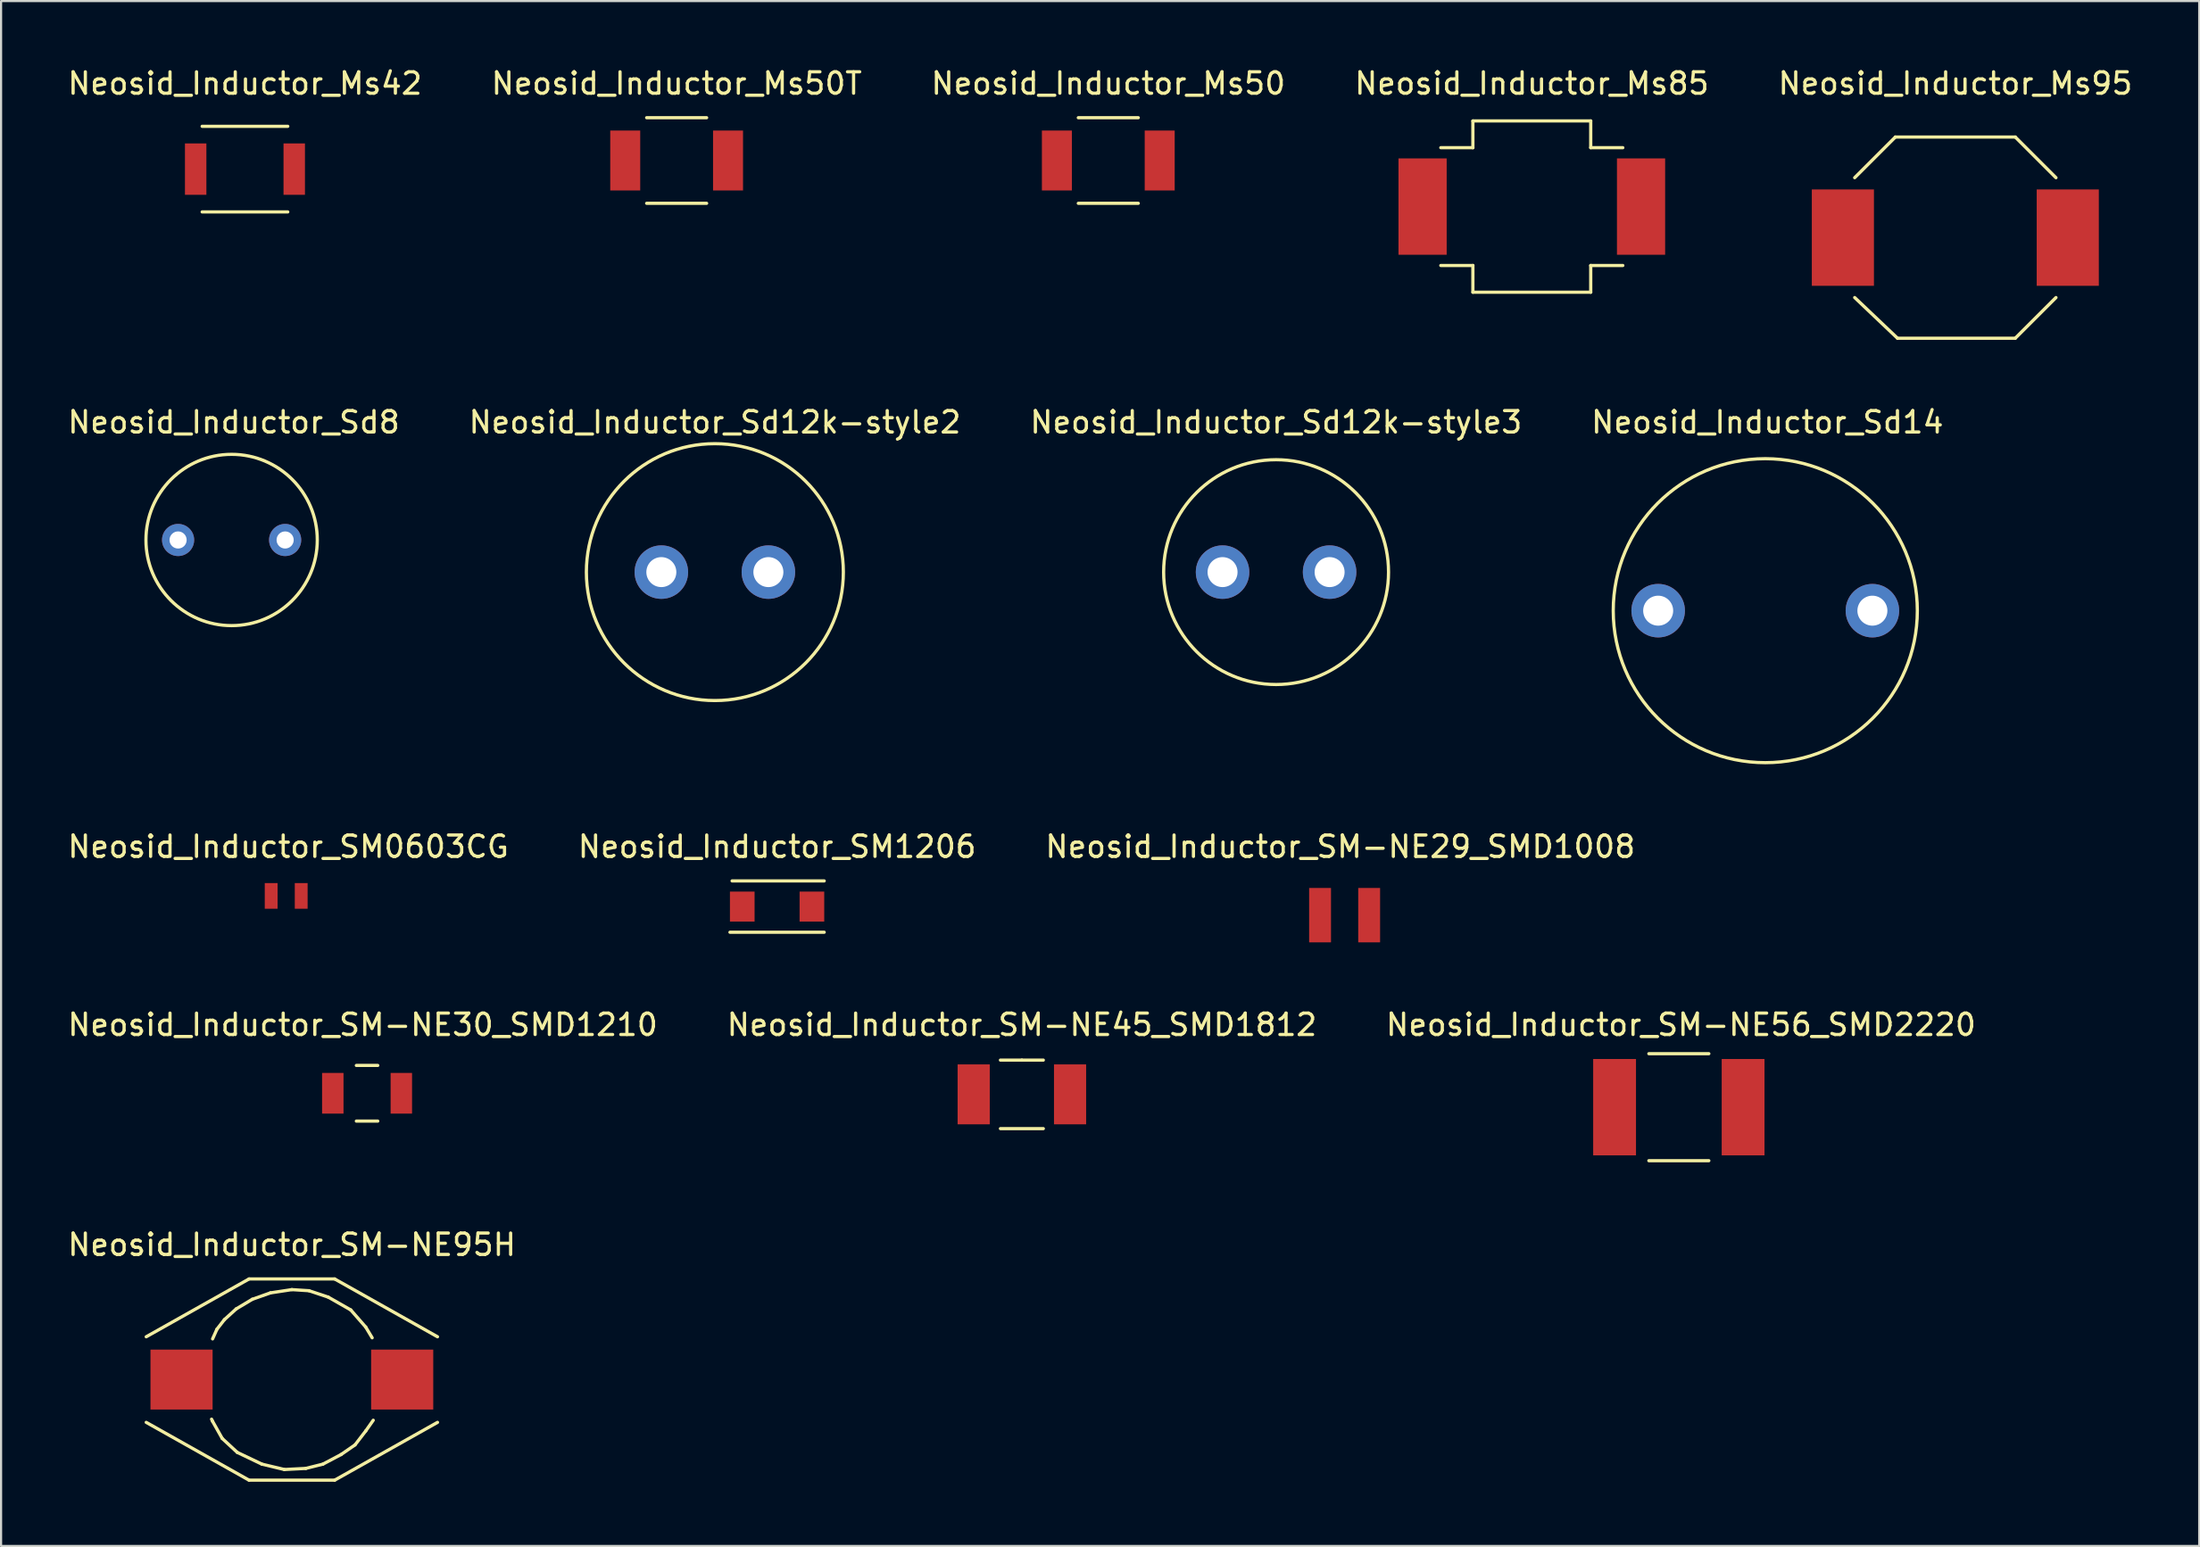
<source format=kicad_pcb>
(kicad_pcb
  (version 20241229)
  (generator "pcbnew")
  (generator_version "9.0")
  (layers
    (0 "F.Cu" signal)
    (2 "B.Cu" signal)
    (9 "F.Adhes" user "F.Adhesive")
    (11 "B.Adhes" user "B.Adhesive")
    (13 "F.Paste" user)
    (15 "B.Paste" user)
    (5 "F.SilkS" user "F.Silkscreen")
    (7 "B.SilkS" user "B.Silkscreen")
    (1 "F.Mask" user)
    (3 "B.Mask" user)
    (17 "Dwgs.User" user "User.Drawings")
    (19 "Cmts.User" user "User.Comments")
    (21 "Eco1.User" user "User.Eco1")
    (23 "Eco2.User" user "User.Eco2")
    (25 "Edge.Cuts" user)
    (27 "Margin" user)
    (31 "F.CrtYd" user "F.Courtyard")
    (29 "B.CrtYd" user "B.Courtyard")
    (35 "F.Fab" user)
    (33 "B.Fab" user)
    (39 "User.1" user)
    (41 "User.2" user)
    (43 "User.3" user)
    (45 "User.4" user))
  (footprint "Neosid_Inductor_SM1206"
    (layer "F.Cu")
    (at 33.232 39.294)
    (property "Reference" "Neosid_Inductor_SM1206" (at 0 -2.799 0) (layer "F.SilkS") (effects (font (size 1 1) (thickness 0.15))))
    (attr smd)
    (fp_line (start 2.2 -1.199) (end -2.101 -1.199) (stroke (width 0.15) (type solid)) (layer "F.SilkS"))
    (fp_line (start 2.2 1.199) (end -2.2 1.199) (stroke (width 0.15) (type solid)) (layer "F.SilkS"))
    (pad "1" smd rect (at -1.626 0) (size 1.151 1.4) (layers "F.Cu" "F.Mask" "F.Paste"))
    (pad "2" smd rect (at 1.626 0) (size 1.151 1.4) (layers "F.Cu" "F.Mask" "F.Paste")))
  (footprint "Neosid_Inductor_SM-NE29_SMD1008"
    (layer "F.Cu")
    (at 59.73 39.695)
    (property "Reference" "Neosid_Inductor_SM-NE29_SMD1008" (at -0.201 -3.2 0) (layer "F.SilkS") (effects (font (size 1 1) (thickness 0.15))))
    (attr smd)
    (pad "1" smd rect (at -1.146 0) (size 1.021 2.54) (layers "F.Cu" "F.Mask" "F.Paste"))
    (pad "2" smd rect (at 1.146 0) (size 1.021 2.54) (layers "F.Cu" "F.Mask" "F.Paste")))
  (footprint "Neosid_Inductor_SM0603CG"
    (layer "F.Cu")
    (at 10.312 38.796)
    (property "Reference" "Neosid_Inductor_SM0603CG" (at 0.099 -2.301 0) (layer "F.SilkS") (effects (font (size 1 1) (thickness 0.15))))
    (attr smd)
    (pad "1" smd rect (at -0.701 0) (size 0.599 1.199) (layers "F.Cu" "F.Mask" "F.Paste"))
    (pad "2" smd rect (at 0.701 0) (size 0.599 1.199) (layers "F.Cu" "F.Mask" "F.Paste")))
  (footprint "Neosid_Inductor_Ms50T"
    (layer "F.Cu")
    (at 28.542 4.447)
    (property "Reference" "Neosid_Inductor_Ms50T" (at 0 -3.599 0) (layer "F.SilkS") (effects (font (size 1 1) (thickness 0.15))))
    (attr smd)
    (fp_line (start -1.4 1.999) (end 1.4 1.999) (stroke (width 0.15) (type solid)) (layer "F.SilkS"))
    (fp_line (start 1.4 -1.999) (end -1.4 -1.999) (stroke (width 0.15) (type solid)) (layer "F.SilkS"))
    (pad "1" smd rect (at -2.4 0) (size 1.4 2.799) (layers "F.Cu" "F.Mask" "F.Paste"))
    (pad "2" smd rect (at 2.4 0) (size 1.4 2.799) (layers "F.Cu" "F.Mask" "F.Paste")))
  (footprint "Neosid_Inductor_Ms85"
    (layer "F.Cu")
    (at 68.47 6.599)
    (property "Reference" "Neosid_Inductor_Ms85" (at 0 -5.751 0) (layer "F.SilkS") (effects (font (size 1 1) (thickness 0.15))))
    (attr smd)
    (fp_line (start -4.249 2.751) (end -2.751 2.751) (stroke (width 0.15) (type solid)) (layer "F.SilkS"))
    (fp_line (start -2.751 -4) (end -2.751 -2.751) (stroke (width 0.15) (type solid)) (layer "F.SilkS"))
    (fp_line (start -2.751 -2.751) (end -4.249 -2.751) (stroke (width 0.15) (type solid)) (layer "F.SilkS"))
    (fp_line (start -2.751 2.751) (end -2.751 4) (stroke (width 0.15) (type solid)) (layer "F.SilkS"))
    (fp_line (start -2.751 4) (end 2.751 4) (stroke (width 0.15) (type solid)) (layer "F.SilkS"))
    (fp_line (start 2.751 -4) (end -2.751 -4) (stroke (width 0.15) (type solid)) (layer "F.SilkS"))
    (fp_line (start 2.751 -2.751) (end 2.751 -4) (stroke (width 0.15) (type solid)) (layer "F.SilkS"))
    (fp_line (start 2.751 2.751) (end 4.249 2.751) (stroke (width 0.15) (type solid)) (layer "F.SilkS"))
    (fp_line (start 2.751 4) (end 2.751 2.751) (stroke (width 0.15) (type solid)) (layer "F.SilkS"))
    (fp_line (start 4.249 -2.751) (end 2.751 -2.751) (stroke (width 0.15) (type solid)) (layer "F.SilkS"))
    (pad "1" smd rect (at -5.1 0) (size 2.25 4.501) (layers "F.Cu" "F.Mask" "F.Paste"))
    (pad "2" smd rect (at 5.1 0) (size 2.25 4.501) (layers "F.Cu" "F.Mask" "F.Paste")))
  (footprint "Neosid_Inductor_SM-NE30_SMD1210"
    (layer "F.Cu")
    (at 14.088 48.014)
    (property "Reference" "Neosid_Inductor_SM-NE30_SMD1210" (at -0.201 -3.2 0) (layer "F.SilkS") (effects (font (size 1 1) (thickness 0.15))))
    (attr smd)
    (fp_line (start 0.5 -1.3) (end -0.5 -1.3) (stroke (width 0.15) (type solid)) (layer "F.SilkS"))
    (fp_line (start 0.5 1.3) (end -0.5 1.3) (stroke (width 0.15) (type solid)) (layer "F.SilkS"))
    (pad "1" smd rect (at -1.6 0) (size 1.001 1.9) (layers "F.Cu" "F.Mask" "F.Paste"))
    (pad "2" smd rect (at 1.6 0) (size 1.001 1.9) (layers "F.Cu" "F.Mask" "F.Paste")))
  (footprint "Neosid_Inductor_Ms95"
    (layer "F.Cu")
    (at 88.244 8.049)
    (property "Reference" "Neosid_Inductor_Ms95" (at 0 -7.201 0) (layer "F.SilkS") (effects (font (size 1 1) (thickness 0.15))))
    (attr smd)
    (fp_line (start -2.799 -4.699) (end -4.699 -2.799) (stroke (width 0.15) (type solid)) (layer "F.SilkS"))
    (fp_line (start -2.7 4.699) (end -4.699 2.799) (stroke (width 0.15) (type solid)) (layer "F.SilkS"))
    (fp_line (start 2.799 -4.699) (end -2.799 -4.699) (stroke (width 0.15) (type solid)) (layer "F.SilkS"))
    (fp_line (start 2.799 4.699) (end -2.7 4.699) (stroke (width 0.15) (type solid)) (layer "F.SilkS"))
    (fp_line (start 4.699 -2.799) (end 2.799 -4.699) (stroke (width 0.15) (type solid)) (layer "F.SilkS"))
    (fp_line (start 4.699 2.799) (end 2.799 4.699) (stroke (width 0.15) (type solid)) (layer "F.SilkS"))
    (pad "1" smd rect (at -5.25 0) (size 2.901 4.501) (layers "F.Cu" "F.Mask" "F.Paste"))
    (pad "2" smd rect (at 5.25 0) (size 2.901 4.501) (layers "F.Cu" "F.Mask" "F.Paste")))
  (footprint "Neosid_Inductor_SM-NE95H"
    (layer "F.Cu")
    (at 10.577 61.386)
    (property "Reference" "Neosid_Inductor_SM-NE95H" (at 0 -6.299 0) (layer "F.SilkS") (effects (font (size 1 1) (thickness 0.15))))
    (attr smd)
    (fp_line (start -3.701 -1.9) (end -3.5 -2.349) (stroke (width 0.15) (type solid)) (layer "F.SilkS"))
    (fp_line (start -3.701 1.951) (end -3.749 1.849) (stroke (width 0.15) (type solid)) (layer "F.SilkS"))
    (fp_line (start -3.5 -2.349) (end -3.15 -2.799) (stroke (width 0.15) (type solid)) (layer "F.SilkS"))
    (fp_line (start -3.251 2.751) (end -3.701 1.951) (stroke (width 0.15) (type solid)) (layer "F.SilkS"))
    (fp_line (start -3.15 -2.799) (end -2.601 -3.299) (stroke (width 0.15) (type solid)) (layer "F.SilkS"))
    (fp_line (start -2.601 -3.299) (end -1.849 -3.749) (stroke (width 0.15) (type solid)) (layer "F.SilkS"))
    (fp_line (start -2.55 3.401) (end -3.251 2.751) (stroke (width 0.15) (type solid)) (layer "F.SilkS"))
    (fp_line (start -1.999 -4.699) (end -6.8 -1.999) (stroke (width 0.15) (type solid)) (layer "F.SilkS"))
    (fp_line (start -1.999 4.699) (end -6.8 1.999) (stroke (width 0.15) (type solid)) (layer "F.SilkS"))
    (fp_line (start -1.849 -3.749) (end -1.001 -4.049) (stroke (width 0.15) (type solid)) (layer "F.SilkS"))
    (fp_line (start -1.4 3.95) (end -2.55 3.401) (stroke (width 0.15) (type solid)) (layer "F.SilkS"))
    (fp_line (start -1.001 -4.049) (end 0 -4.201) (stroke (width 0.15) (type solid)) (layer "F.SilkS"))
    (fp_line (start -0.351 4.201) (end -1.4 3.95) (stroke (width 0.15) (type solid)) (layer "F.SilkS"))
    (fp_line (start 0 -4.201) (end 0.8 -4.15) (stroke (width 0.15) (type solid)) (layer "F.SilkS"))
    (fp_line (start 0.65 4.15) (end -0.351 4.201) (stroke (width 0.15) (type solid)) (layer "F.SilkS"))
    (fp_line (start 0.8 -4.15) (end 1.699 -3.851) (stroke (width 0.15) (type solid)) (layer "F.SilkS"))
    (fp_line (start 1.45 3.95) (end 0.65 4.15) (stroke (width 0.15) (type solid)) (layer "F.SilkS"))
    (fp_line (start 1.699 -3.851) (end 2.751 -3.251) (stroke (width 0.15) (type solid)) (layer "F.SilkS"))
    (fp_line (start 1.999 -4.699) (end -1.999 -4.699) (stroke (width 0.15) (type solid)) (layer "F.SilkS"))
    (fp_line (start 1.999 4.699) (end -1.999 4.699) (stroke (width 0.15) (type solid)) (layer "F.SilkS"))
    (fp_line (start 2.301 3.5) (end 1.45 3.95) (stroke (width 0.15) (type solid)) (layer "F.SilkS"))
    (fp_line (start 2.751 -3.251) (end 3.449 -2.451) (stroke (width 0.15) (type solid)) (layer "F.SilkS"))
    (fp_line (start 2.949 3.051) (end 2.301 3.5) (stroke (width 0.15) (type solid)) (layer "F.SilkS"))
    (fp_line (start 3.449 -2.451) (end 3.749 -1.951) (stroke (width 0.15) (type solid)) (layer "F.SilkS"))
    (fp_line (start 3.449 2.4) (end 2.949 3.051) (stroke (width 0.15) (type solid)) (layer "F.SilkS"))
    (fp_line (start 3.8 1.9) (end 3.449 2.4) (stroke (width 0.15) (type solid)) (layer "F.SilkS"))
    (fp_line (start 6.8 -1.999) (end 1.999 -4.699) (stroke (width 0.15) (type solid)) (layer "F.SilkS"))
    (fp_line (start 6.8 1.999) (end 1.999 4.699) (stroke (width 0.15) (type solid)) (layer "F.SilkS"))
    (pad "1" smd rect (at -5.151 0) (size 2.901 2.799) (layers "F.Cu" "F.Mask" "F.Paste"))
    (pad "2" smd rect (at 5.151 0) (size 2.901 2.799) (layers "F.Cu" "F.Mask" "F.Paste")))
  (footprint "Neosid_Inductor_Sd8"
    (layer "F.Cu")
    (at 7.764 22.171)
    (property "Reference" "Neosid_Inductor_Sd8" (at 0.099 -5.499 0) (layer "F.SilkS") (effects (font (size 1 1) (thickness 0.15))))
    (attr through_hole)
    (fp_circle (center 0 0) (end 4 0) (stroke (width 0.15) (type solid)) (fill no) (layer "F.SilkS"))
    (pad "1" thru_hole circle (at -2.499 0) (size 1.501 1.501) (drill 0.8) (layers "*.Cu" "*.Mask"))
    (pad "2" thru_hole circle (at 2.499 0) (size 1.501 1.501) (drill 0.8) (layers "*.Cu" "*.Mask")))
  (footprint "Neosid_Inductor_SM-NE56_SMD2220"
    (layer "F.Cu")
    (at 75.335 48.664)
    (property "Reference" "Neosid_Inductor_SM-NE56_SMD2220" (at 0.099 -3.851 0) (layer "F.SilkS") (effects (font (size 1 1) (thickness 0.15))))
    (attr smd)
    (fp_line (start 1.4 -2.499) (end -1.4 -2.499) (stroke (width 0.15) (type solid)) (layer "F.SilkS"))
    (fp_line (start 1.4 2.499) (end -1.4 2.499) (stroke (width 0.15) (type solid)) (layer "F.SilkS"))
    (pad "1" smd rect (at -3 0) (size 1.999 4.501) (layers "F.Cu" "F.Mask" "F.Paste"))
    (pad "2" smd rect (at 3 0) (size 1.999 4.501) (layers "F.Cu" "F.Mask" "F.Paste")))
  (footprint "Neosid_Inductor_Sd14"
    (layer "F.Cu")
    (at 79.371 25.473)
    (property "Reference" "Neosid_Inductor_Sd14" (at 0.099 -8.801 0) (layer "F.SilkS") (effects (font (size 1 1) (thickness 0.15))))
    (attr through_hole)
    (fp_circle (center 0 0) (end 7.099 0) (stroke (width 0.15) (type solid)) (fill no) (layer "F.SilkS"))
    (pad "1" thru_hole circle (at -5.001 0) (size 2.499 2.499) (drill 1.4) (layers "*.Cu" "*.Mask"))
    (pad "2" thru_hole circle (at 5.001 0) (size 2.499 2.499) (drill 1.4) (layers "*.Cu" "*.Mask")))
  (footprint "Neosid_Inductor_SM-NE45_SMD1812"
    (layer "F.Cu")
    (at 44.661 48.065)
    (property "Reference" "Neosid_Inductor_SM-NE45_SMD1812" (at 0 -3.251 0) (layer "F.SilkS") (effects (font (size 1 1) (thickness 0.15))))
    (attr smd)
    (fp_line (start -1.001 1.6) (end 1.001 1.6) (stroke (width 0.15) (type solid)) (layer "F.SilkS"))
    (fp_line (start 0 -1.6) (end -1.001 -1.6) (stroke (width 0.15) (type solid)) (layer "F.SilkS"))
    (fp_line (start 0 -1.6) (end 1.001 -1.6) (stroke (width 0.15) (type solid)) (layer "F.SilkS"))
    (pad "1" smd rect (at -2.25 0) (size 1.501 2.799) (layers "F.Cu" "F.Mask" "F.Paste"))
    (pad "2" smd rect (at 2.25 0) (size 1.501 2.799) (layers "F.Cu" "F.Mask" "F.Paste")))
  (footprint "Neosid_Inductor_Sd12k-style3"
    (layer "F.Cu")
    (at 56.53 23.672)
    (property "Reference" "Neosid_Inductor_Sd12k-style3" (at 0 -7 0) (layer "F.SilkS") (effects (font (size 1 1) (thickness 0.15))))
    (attr through_hole)
    (fp_circle (center 0 0) (end 5.25 0) (stroke (width 0.15) (type solid)) (fill no) (layer "F.SilkS"))
    (pad "1" thru_hole circle (at -2.499 0) (size 2.499 2.499) (drill 1.4) (layers "*.Cu" "*.Mask"))
    (pad "2" thru_hole circle (at 2.499 0) (size 2.499 2.499) (drill 1.4) (layers "*.Cu" "*.Mask")))
  (footprint "Neosid_Inductor_Ms50"
    (layer "F.Cu")
    (at 48.696 4.447)
    (property "Reference" "Neosid_Inductor_Ms50" (at 0 -3.599 0) (layer "F.SilkS") (effects (font (size 1 1) (thickness 0.15))))
    (attr smd)
    (fp_line (start -1.4 1.999) (end 1.4 1.999) (stroke (width 0.15) (type solid)) (layer "F.SilkS"))
    (fp_line (start 1.4 -1.999) (end -1.4 -1.999) (stroke (width 0.15) (type solid)) (layer "F.SilkS"))
    (pad "1" smd rect (at -2.4 0) (size 1.4 2.799) (layers "F.Cu" "F.Mask" "F.Paste"))
    (pad "2" smd rect (at 2.4 0) (size 1.4 2.799) (layers "F.Cu" "F.Mask" "F.Paste")))
  (footprint "Neosid_Inductor_Ms42"
    (layer "F.Cu")
    (at 8.387 4.849)
    (property "Reference" "Neosid_Inductor_Ms42" (at 0 -4 0) (layer "F.SilkS") (effects (font (size 1 1) (thickness 0.15))))
    (attr smd)
    (fp_line (start 1.999 -1.999) (end -1.999 -1.999) (stroke (width 0.15) (type solid)) (layer "F.SilkS"))
    (fp_line (start 1.999 1.999) (end -1.999 1.999) (stroke (width 0.15) (type solid)) (layer "F.SilkS"))
    (pad "1" smd rect (at -2.301 0) (size 1.001 2.4) (layers "F.Cu" "F.Mask" "F.Paste"))
    (pad "2" smd rect (at 2.301 0) (size 1.001 2.4) (layers "F.Cu" "F.Mask" "F.Paste")))
  (footprint "Neosid_Inductor_Sd12k-style2"
    (layer "F.Cu")
    (at 30.327 23.672)
    (property "Reference" "Neosid_Inductor_Sd12k-style2" (at 0 -7 0) (layer "F.SilkS") (effects (font (size 1 1) (thickness 0.15))))
    (attr through_hole)
    (fp_circle (center 0 0) (end 5.999 0) (stroke (width 0.15) (type solid)) (fill no) (layer "F.SilkS"))
    (pad "1" thru_hole circle (at -2.499 0) (size 2.499 2.499) (drill 1.4) (layers "*.Cu" "*.Mask"))
    (pad "2" thru_hole circle (at 2.499 0) (size 2.499 2.499) (drill 1.4) (layers "*.Cu" "*.Mask")))
  (gr_rect
    (start -3 -3)
    (end 99.631 69.16)
    (stroke (width 0.1) (type default))
    (fill no)
    (layer "Edge.Cuts")))
</source>
